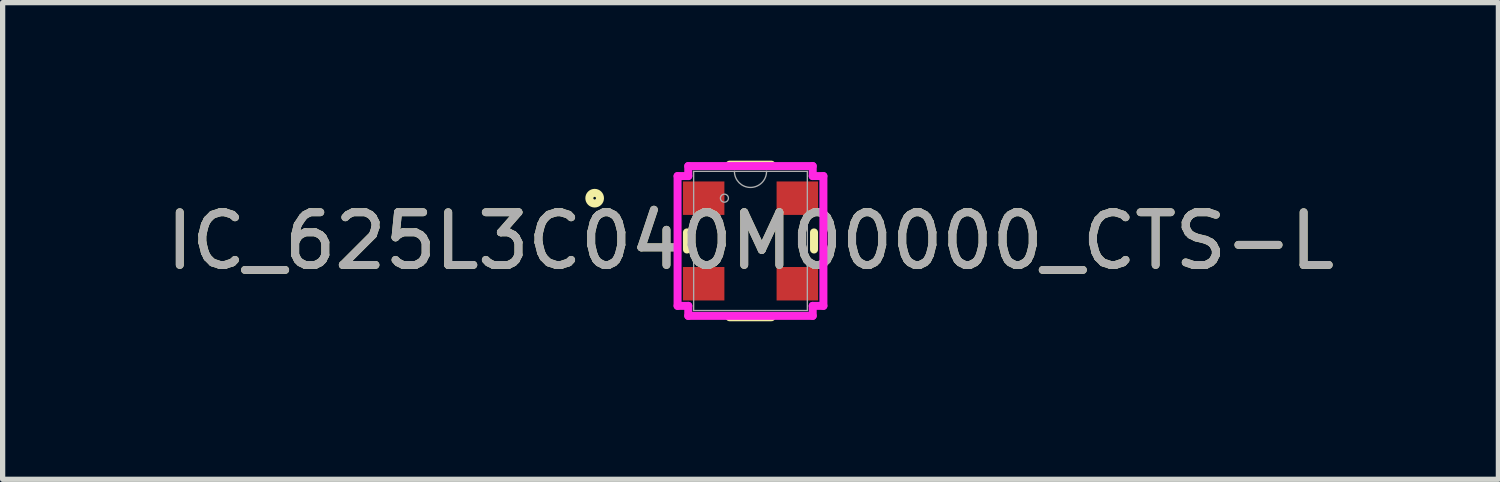
<source format=kicad_pcb>
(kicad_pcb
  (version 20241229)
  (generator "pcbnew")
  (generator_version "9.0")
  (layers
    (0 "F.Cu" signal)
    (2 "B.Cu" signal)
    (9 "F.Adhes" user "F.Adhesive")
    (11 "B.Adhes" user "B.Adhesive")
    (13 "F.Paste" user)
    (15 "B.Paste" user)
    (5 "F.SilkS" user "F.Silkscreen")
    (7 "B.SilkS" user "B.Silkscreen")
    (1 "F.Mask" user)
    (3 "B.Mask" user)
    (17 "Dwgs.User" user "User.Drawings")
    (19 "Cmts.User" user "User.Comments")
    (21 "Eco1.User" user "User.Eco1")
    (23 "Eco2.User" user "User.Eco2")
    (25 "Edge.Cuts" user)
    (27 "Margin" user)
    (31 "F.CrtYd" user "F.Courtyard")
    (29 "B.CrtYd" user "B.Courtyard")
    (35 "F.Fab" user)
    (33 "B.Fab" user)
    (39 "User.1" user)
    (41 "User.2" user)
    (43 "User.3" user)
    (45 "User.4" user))
  (footprint "IC_625L3C040M00000_CTS-L"
    (layer "F.Cu")
    (at 11.196 1.524)
    (property "Reference" "IC_625L3C040M00000_CTS-L" (at 0 0 0) (unlocked yes) (layer "F.SilkS") (effects (font (size 1 1) (thickness 0.15))))
    (attr smd)
    (fp_line (start -1.206 -0.162) (end -1.206 0.162) (stroke (width 0.152) (type solid)) (layer "F.SilkS"))
    (fp_line (start -0.397 1.448) (end 0.397 1.448) (stroke (width 0.152) (type solid)) (layer "F.SilkS"))
    (fp_line (start 0.397 -1.448) (end -0.397 -1.448) (stroke (width 0.152) (type solid)) (layer "F.SilkS"))
    (fp_line (start 1.206 0.162) (end 1.206 -0.162) (stroke (width 0.152) (type solid)) (layer "F.SilkS"))
    (fp_circle (center -2.958 -0.812) (end -2.857 -0.812) (stroke (width 0.152) (type solid)) (fill no) (layer "F.SilkS"))
    (fp_line (start -1.384 -1.232) (end -1.181 -1.232) (stroke (width 0.152) (type solid)) (layer "F.CrtYd"))
    (fp_line (start -1.384 1.232) (end -1.384 -1.232) (stroke (width 0.152) (type solid)) (layer "F.CrtYd"))
    (fp_line (start -1.384 1.232) (end -1.181 1.232) (stroke (width 0.152) (type solid)) (layer "F.CrtYd"))
    (fp_line (start -1.181 -1.422) (end 1.181 -1.422) (stroke (width 0.152) (type solid)) (layer "F.CrtYd"))
    (fp_line (start -1.181 -1.232) (end -1.181 -1.422) (stroke (width 0.152) (type solid)) (layer "F.CrtYd"))
    (fp_line (start -1.181 1.422) (end -1.181 1.232) (stroke (width 0.152) (type solid)) (layer "F.CrtYd"))
    (fp_line (start 1.181 -1.422) (end 1.181 -1.232) (stroke (width 0.152) (type solid)) (layer "F.CrtYd"))
    (fp_line (start 1.181 1.232) (end 1.181 1.422) (stroke (width 0.152) (type solid)) (layer "F.CrtYd"))
    (fp_line (start 1.181 1.422) (end -1.181 1.422) (stroke (width 0.152) (type solid)) (layer "F.CrtYd"))
    (fp_line (start 1.384 -1.232) (end 1.181 -1.232) (stroke (width 0.152) (type solid)) (layer "F.CrtYd"))
    (fp_line (start 1.384 -1.232) (end 1.384 1.232) (stroke (width 0.152) (type solid)) (layer "F.CrtYd"))
    (fp_line (start 1.384 1.232) (end 1.181 1.232) (stroke (width 0.152) (type solid)) (layer "F.CrtYd"))
    (fp_line (start -1.079 -1.321) (end -1.079 1.321) (stroke (width 0.025) (type solid)) (layer "F.Fab"))
    (fp_line (start -1.079 1.321) (end 1.079 1.321) (stroke (width 0.025) (type solid)) (layer "F.Fab"))
    (fp_line (start 1.079 -1.321) (end -1.079 -1.321) (stroke (width 0.025) (type solid)) (layer "F.Fab"))
    (fp_line (start 1.079 1.321) (end 1.079 -1.321) (stroke (width 0.025) (type solid)) (layer "F.Fab"))
    (fp_arc (start 0.3048 -1.3208) (mid 0 -1.016) (end -0.3048 -1.3208) (stroke (width 0.0254) (type solid)) (layer "F.Fab"))
    (fp_circle (center -0.495 -0.812) (end -0.419 -0.812) (stroke (width 0.025) (type solid)) (fill no) (layer "F.Fab"))
    (fp_text user "${REFERENCE}" (at 0 0 0) (unlocked yes) (layer "F.Fab") (effects (font (size 1 1) (thickness 0.15))))
    (pad "1" smd rect (at -0.889 -0.812) (size 0.787 0.635) (layers "F.Cu" "F.Mask" "F.Paste"))
    (pad "2" smd rect (at -0.889 0.812) (size 0.787 0.635) (layers "F.Cu" "F.Mask" "F.Paste"))
    (pad "3" smd rect (at 0.889 0.812) (size 0.787 0.635) (layers "F.Cu" "F.Mask" "F.Paste"))
    (pad "4" smd rect (at 0.889 -0.812) (size 0.787 0.635) (layers "F.Cu" "F.Mask" "F.Paste")))
  (gr_rect
    (start -3 -3)
    (end 25.393 6.048)
    (stroke (width 0.1) (type default))
    (fill no)
    (layer "Edge.Cuts")))
</source>
